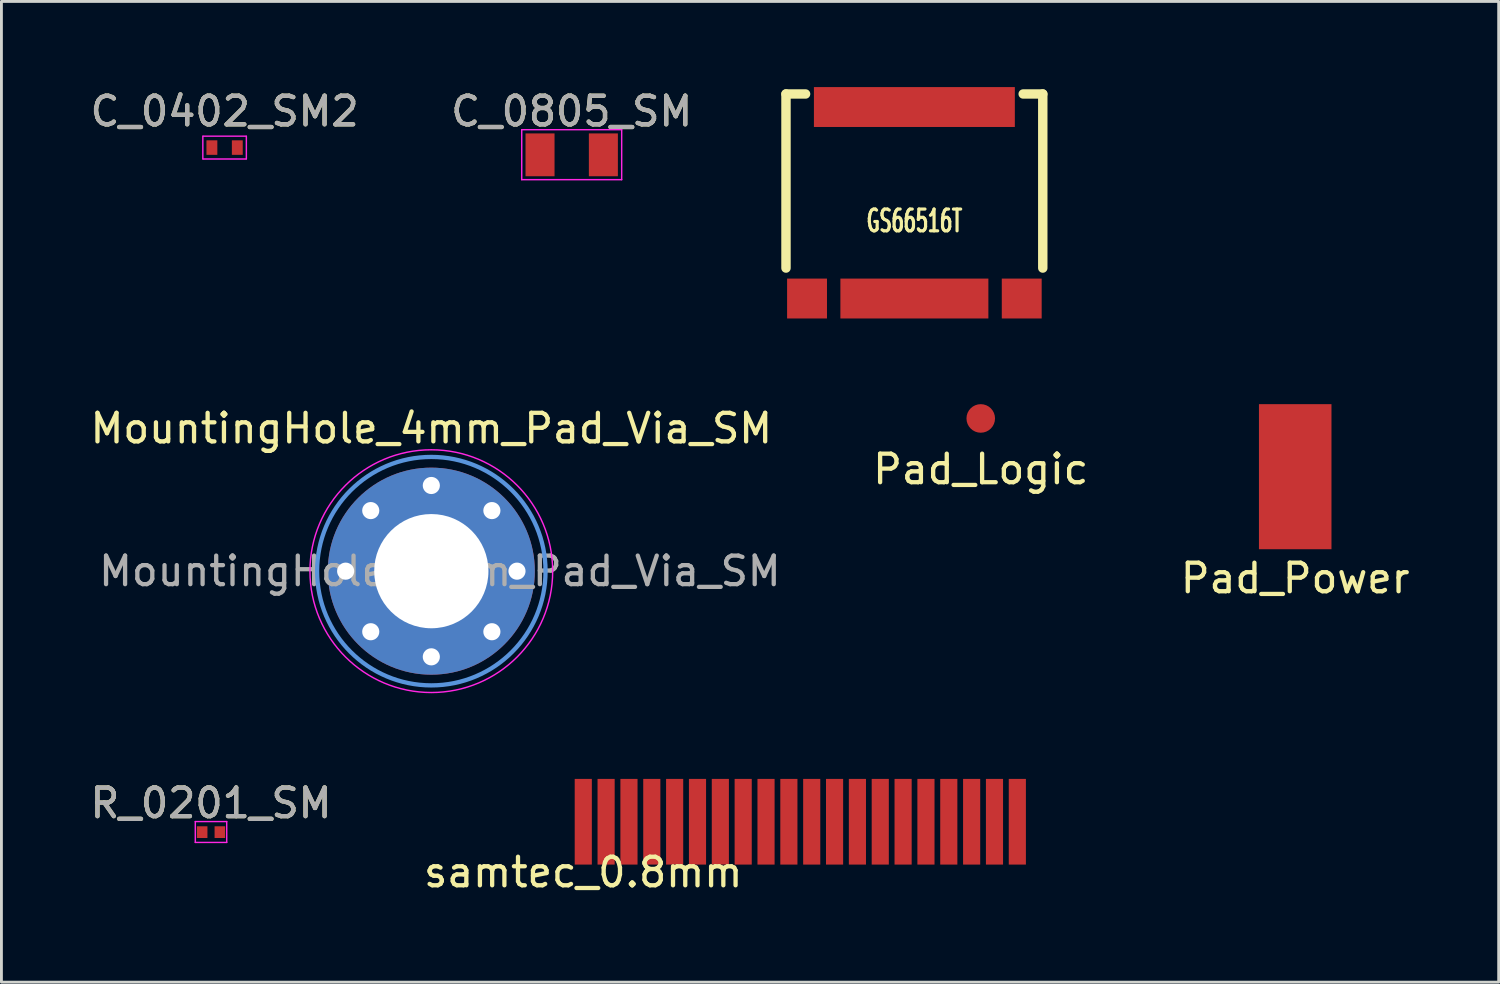
<source format=kicad_pcb>
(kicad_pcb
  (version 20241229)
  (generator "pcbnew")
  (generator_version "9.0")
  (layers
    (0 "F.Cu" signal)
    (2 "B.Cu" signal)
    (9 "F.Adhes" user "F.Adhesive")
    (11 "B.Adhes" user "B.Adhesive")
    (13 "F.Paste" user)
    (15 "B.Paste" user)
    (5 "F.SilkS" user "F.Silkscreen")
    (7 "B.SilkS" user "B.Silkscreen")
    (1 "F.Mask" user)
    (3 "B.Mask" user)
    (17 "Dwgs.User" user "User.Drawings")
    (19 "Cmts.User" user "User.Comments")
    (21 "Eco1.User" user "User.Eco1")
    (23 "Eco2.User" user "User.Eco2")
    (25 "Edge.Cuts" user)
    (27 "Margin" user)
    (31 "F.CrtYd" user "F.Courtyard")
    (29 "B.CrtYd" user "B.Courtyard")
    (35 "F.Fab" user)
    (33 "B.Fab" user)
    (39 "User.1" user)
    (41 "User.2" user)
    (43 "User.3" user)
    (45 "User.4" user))
  (footprint "C_0805_SM"
    (layer "F.Cu")
    (at 16.97 2.372)
    (property "Reference" "C_0805_SM" (at 0 -1.524 0) (layer "F.SilkS") (effects (font (size 1 1) (thickness 0.15))))
    (attr smd)
    (fp_line (start -1.75 -0.88) (end -1.75 0.87) (stroke (width 0.05) (type solid)) (layer "F.CrtYd"))
    (fp_line (start -1.75 -0.88) (end 1.75 -0.88) (stroke (width 0.05) (type solid)) (layer "F.CrtYd"))
    (fp_line (start 1.75 0.87) (end -1.75 0.87) (stroke (width 0.05) (type solid)) (layer "F.CrtYd"))
    (fp_line (start 1.75 0.87) (end 1.75 -0.88) (stroke (width 0.05) (type solid)) (layer "F.CrtYd"))
    (fp_text user "${REFERENCE}" (at 0 -1.524 0) (layer "F.Fab") (effects (font (size 1 1) (thickness 0.15))))
    (pad "1" smd rect (at -1.109 0) (size 1.016 1.5) (layers "F.Cu" "F.Mask" "F.Paste"))
    (pad "2" smd rect (at 1.109 0) (size 1.016 1.5) (layers "F.Cu" "F.Mask" "F.Paste")))
  (footprint "C_0402_SM2"
    (layer "F.Cu")
    (at 4.815 2.118)
    (property "Reference" "C_0402_SM2" (at 0 -1.27 0) (layer "F.SilkS") (effects (font (size 1 1) (thickness 0.15))))
    (attr smd)
    (fp_line (start -0.762 -0.4) (end -0.762 0.4) (stroke (width 0.05) (type solid)) (layer "F.CrtYd"))
    (fp_line (start -0.75 -0.4) (end 0.75 -0.4) (stroke (width 0.05) (type solid)) (layer "F.CrtYd"))
    (fp_line (start 0.75 0.4) (end -0.75 0.4) (stroke (width 0.05) (type solid)) (layer "F.CrtYd"))
    (fp_line (start 0.762 0.4) (end 0.762 -0.4) (stroke (width 0.05) (type solid)) (layer "F.CrtYd"))
    (fp_text user "${REFERENCE}" (at 0 -1.27 0) (layer "F.Fab") (effects (font (size 1 1) (thickness 0.15))))
    (pad "1" smd rect (at -0.445 0) (size 0.381 0.508) (layers "F.Cu" "F.Mask" "F.Paste"))
    (pad "2" smd rect (at 0.445 0) (size 0.381 0.508) (layers "F.Cu" "F.Mask" "F.Paste")))
  (footprint "samtec_0.8mm"
    (layer "F.Cu")
    (at 17.375 26.996)
    (property "Reference" "samtec_0.8mm" (at 0 0.5 0) (layer "F.SilkS") (effects (font (size 1 1) (thickness 0.15))))
    (attr through_hole)
    (pad "1" smd rect (at 0 -1.27) (size 0.6 3) (layers "F.Cu" "F.Mask" "F.Paste"))
    (pad "2" smd rect (at 0.8 -1.27) (size 0.6 3) (layers "F.Cu" "F.Mask" "F.Paste"))
    (pad "3" smd rect (at 1.6 -1.27) (size 0.6 3) (layers "F.Cu" "F.Mask" "F.Paste"))
    (pad "4" smd rect (at 2.4 -1.27) (size 0.6 3) (layers "F.Cu" "F.Mask" "F.Paste"))
    (pad "5" smd rect (at 3.2 -1.27) (size 0.6 3) (layers "F.Cu" "F.Mask" "F.Paste"))
    (pad "6" smd rect (at 4 -1.27) (size 0.6 3) (layers "F.Cu" "F.Mask" "F.Paste"))
    (pad "7" smd rect (at 4.8 -1.27) (size 0.6 3) (layers "F.Cu" "F.Mask" "F.Paste"))
    (pad "8" smd rect (at 5.6 -1.27) (size 0.6 3) (layers "F.Cu" "F.Mask" "F.Paste"))
    (pad "9" smd rect (at 6.4 -1.27) (size 0.6 3) (layers "F.Cu" "F.Mask" "F.Paste"))
    (pad "10" smd rect (at 7.2 -1.27) (size 0.6 3) (layers "F.Cu" "F.Mask" "F.Paste"))
    (pad "11" smd rect (at 8 -1.27) (size 0.6 3) (layers "F.Cu" "F.Mask" "F.Paste"))
    (pad "12" smd rect (at 8.8 -1.27) (size 0.6 3) (layers "F.Cu" "F.Mask" "F.Paste"))
    (pad "13" smd rect (at 9.6 -1.27) (size 0.6 3) (layers "F.Cu" "F.Mask" "F.Paste"))
    (pad "14" smd rect (at 10.4 -1.27) (size 0.6 3) (layers "F.Cu" "F.Mask" "F.Paste"))
    (pad "15" smd rect (at 11.2 -1.27) (size 0.6 3) (layers "F.Cu" "F.Mask" "F.Paste"))
    (pad "16" smd rect (at 12 -1.27) (size 0.6 3) (layers "F.Cu" "F.Mask" "F.Paste"))
    (pad "17" smd rect (at 12.8 -1.27) (size 0.6 3) (layers "F.Cu" "F.Mask" "F.Paste"))
    (pad "18" smd rect (at 13.6 -1.27) (size 0.6 3) (layers "F.Cu" "F.Mask" "F.Paste"))
    (pad "19" smd rect (at 14.4 -1.27) (size 0.6 3) (layers "F.Cu" "F.Mask" "F.Paste"))
    (pad "20" smd rect (at 15.2 -1.27) (size 0.6 3) (layers "F.Cu" "F.Mask" "F.Paste")))
  (footprint "R_0201_SM"
    (layer "F.Cu")
    (at 4.339 26.09)
    (property "Reference" "R_0201_SM" (at 0 -1.016 0) (layer "F.SilkS") (effects (font (size 1 1) (thickness 0.15))))
    (attr smd)
    (fp_line (start -0.55 -0.37) (end -0.55 0.36) (stroke (width 0.05) (type solid)) (layer "F.CrtYd"))
    (fp_line (start -0.55 -0.37) (end 0.55 -0.37) (stroke (width 0.05) (type solid)) (layer "F.CrtYd"))
    (fp_line (start 0.55 0.36) (end -0.55 0.36) (stroke (width 0.05) (type solid)) (layer "F.CrtYd"))
    (fp_line (start 0.55 0.36) (end 0.55 -0.37) (stroke (width 0.05) (type solid)) (layer "F.CrtYd"))
    (fp_text user "${REFERENCE}" (at 0 -1.016 0) (layer "F.Fab") (effects (font (size 1 1) (thickness 0.15))))
    (pad "1" smd rect (at -0.31 0) (size 0.37 0.41) (layers "F.Cu" "F.Mask" "F.Paste"))
    (pad "2" smd rect (at 0.31 0) (size 0.37 0.41) (layers "F.Cu" "F.Mask" "F.Paste")))
  (footprint "Pad_Power"
    (layer "F.Cu")
    (at 42.306 13.643)
    (property "Reference" "Pad_Power" (at 0 3.556 0) (layer "F.SilkS") (effects (font (size 1 1) (thickness 0.15))))
    (attr through_hole)
    (pad "1" smd rect (at 0 0) (size 2.54 5.08) (layers "F.Cu" "F.Mask" "F.Paste")))
  (footprint "GS66516T"
    (layer "F.Cu")
    (at 28.97 4.051)
    (property "Reference" "GS66516T" (at 0 0.635 0) (layer "F.SilkS") (effects (font (size 0.762 0.445) (thickness 0.111))))
    (attr through_hole)
    (fp_line (start -4.496 -3.81) (end -4.496 2.286) (stroke (width 0.33) (type solid)) (layer "F.SilkS"))
    (fp_line (start -4.496 -3.81) (end -3.81 -3.81) (stroke (width 0.33) (type solid)) (layer "F.SilkS"))
    (fp_line (start 3.81 -3.81) (end 4.496 -3.81) (stroke (width 0.33) (type solid)) (layer "F.SilkS"))
    (fp_line (start 4.496 -3.81) (end 4.496 2.286) (stroke (width 0.33) (type solid)) (layer "F.SilkS"))
    (pad "D" connect rect (at 0 -3.353) (size 7.036 1.397) (layers "F.Cu" "F.Mask"))
    (pad "G" connect rect (at -3.759 3.353) (size 1.397 1.397) (layers "F.Cu" "F.Mask"))
    (pad "G" connect rect (at 3.759 3.353) (size 1.397 1.397) (layers "F.Cu" "F.Mask"))
    (pad "S" smd rect (at 0 3.353) (size 5.182 1.397) (layers "F.Cu" "F.Mask" "F.Paste")))
  (footprint "Pad_Logic"
    (layer "F.Cu")
    (at 31.294 11.603)
    (property "Reference" "Pad_Logic" (at 0 1.778 0) (layer "F.SilkS") (effects (font (size 1 1) (thickness 0.15))))
    (attr through_hole)
    (pad "1" smd circle (at 0 0) (size 1 1) (layers "F.Cu" "F.Mask" "F.Paste")))
  (footprint "MountingHole_4mm_Pad_Via_SM"
    (layer "F.Cu")
    (at 12.054 16.951)
    (property "Reference" "MountingHole_4mm_Pad_Via_SM" (at 0 -5 0) (layer "F.SilkS") (effects (font (size 1 1) (thickness 0.15))))
    (attr exclude_from_pos_files exclude_from_bom)
    (fp_circle (center 0 0) (end 4 0) (stroke (width 0.15) (type solid)) (fill no) (layer "Cmts.User"))
    (fp_circle (center 0 0) (end 4.25 0) (stroke (width 0.05) (type solid)) (fill no) (layer "F.CrtYd"))
    (fp_text user "${REFERENCE}" (at 0.3 0 0) (layer "F.Fab") (effects (font (size 1 1) (thickness 0.15))))
    (pad "1" thru_hole circle (at -3 0) (size 0.9 0.9) (drill 0.6) (layers "*.Cu" "*.Mask"))
    (pad "1" thru_hole circle (at -2.121 -2.121) (size 0.9 0.9) (drill 0.6) (layers "*.Cu" "*.Mask"))
    (pad "1" thru_hole circle (at -2.121 2.121) (size 0.9 0.9) (drill 0.6) (layers "*.Cu" "*.Mask"))
    (pad "1" thru_hole circle (at 0 -3) (size 0.9 0.9) (drill 0.6) (layers "*.Cu" "*.Mask"))
    (pad "1" thru_hole circle (at 0 0) (size 7.25 7.25) (drill 4) (layers "*.Cu" "*.Mask"))
    (pad "1" thru_hole circle (at 0 3) (size 0.9 0.9) (drill 0.6) (layers "*.Cu" "*.Mask"))
    (pad "1" thru_hole circle (at 2.121 -2.121) (size 0.9 0.9) (drill 0.6) (layers "*.Cu" "*.Mask"))
    (pad "1" thru_hole circle (at 2.121 2.121) (size 0.9 0.9) (drill 0.6) (layers "*.Cu" "*.Mask"))
    (pad "1" thru_hole circle (at 3 0) (size 0.9 0.9) (drill 0.6) (layers "*.Cu" "*.Mask")))
  (gr_rect
    (start -3 -3)
    (end 49.431 31.344)
    (stroke (width 0.1) (type default))
    (fill no)
    (layer "Edge.Cuts")))
</source>
